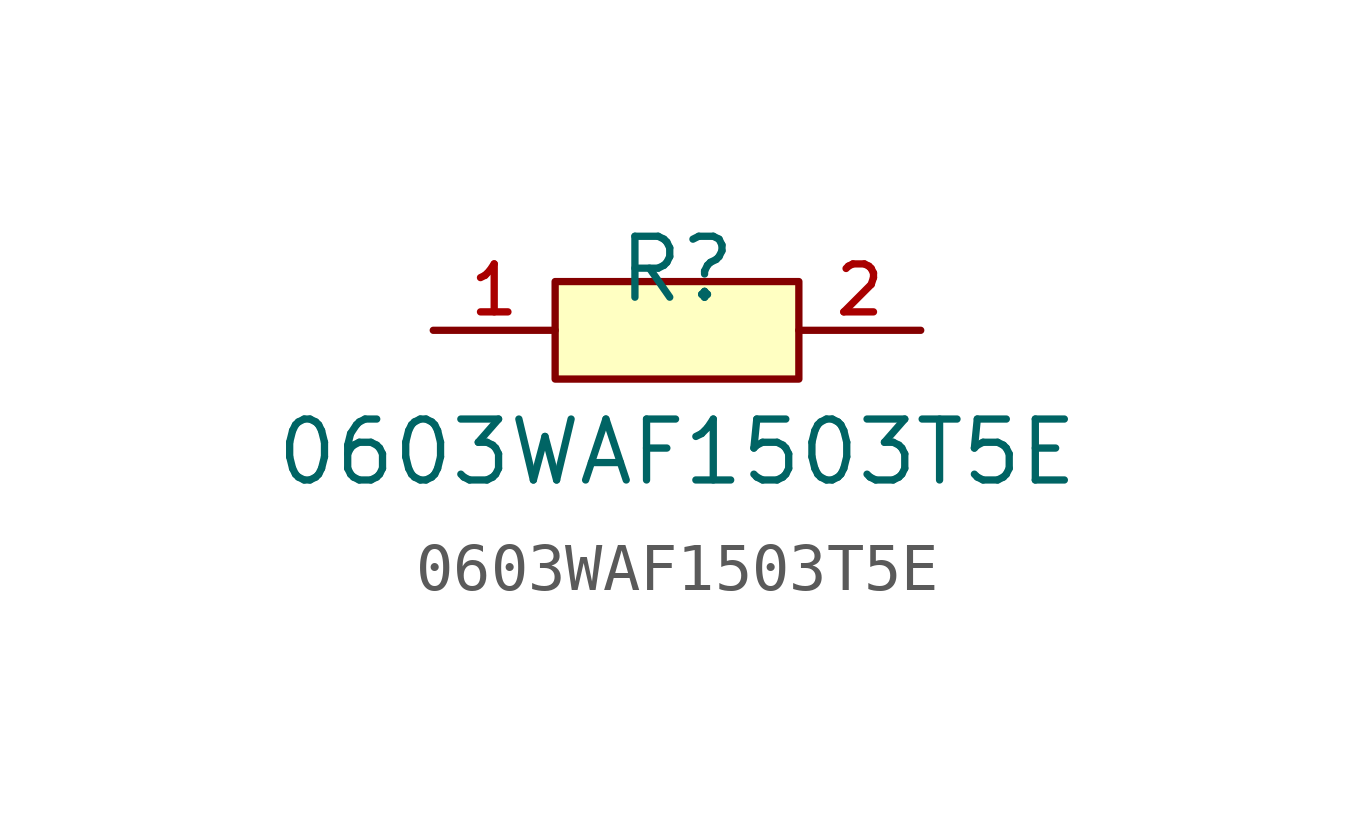
<source format=kicad_sym>
(kicad_symbol_lib
  (version 20210201)
  (generator TousstNicolas/JLC2KiCad_lib)
  (symbol "0603WAF1503T5E"
    (pin_names hide)
    (property "Reference" "R"
      (at 0 1.27 0)
      (effects (font (size 1.27 1.27))))
    (property "Value" "0603WAF1503T5E"
      (at 0 -2.54 0)
      (effects (font (size 1.27 1.27))))
    (symbol "0603WAF1503T5E_0_1"
      (pin input line (at 5.08 -0.0 180) (length 2.54) (name "2" (effects (font (size 1 1)))) (number "2" (effects (font (size 1 1)))))
      (pin input line (at -5.08 -0.0 0) (length 2.54) (name "1" (effects (font (size 1 1)))) (number "1" (effects (font (size 1 1)))))
      (rectangle (start -2.54 1.016) (end 2.54 -1.016) (stroke (width 0) (type default) (color 0 0 0 0)) (fill (type background))))))
</source>
